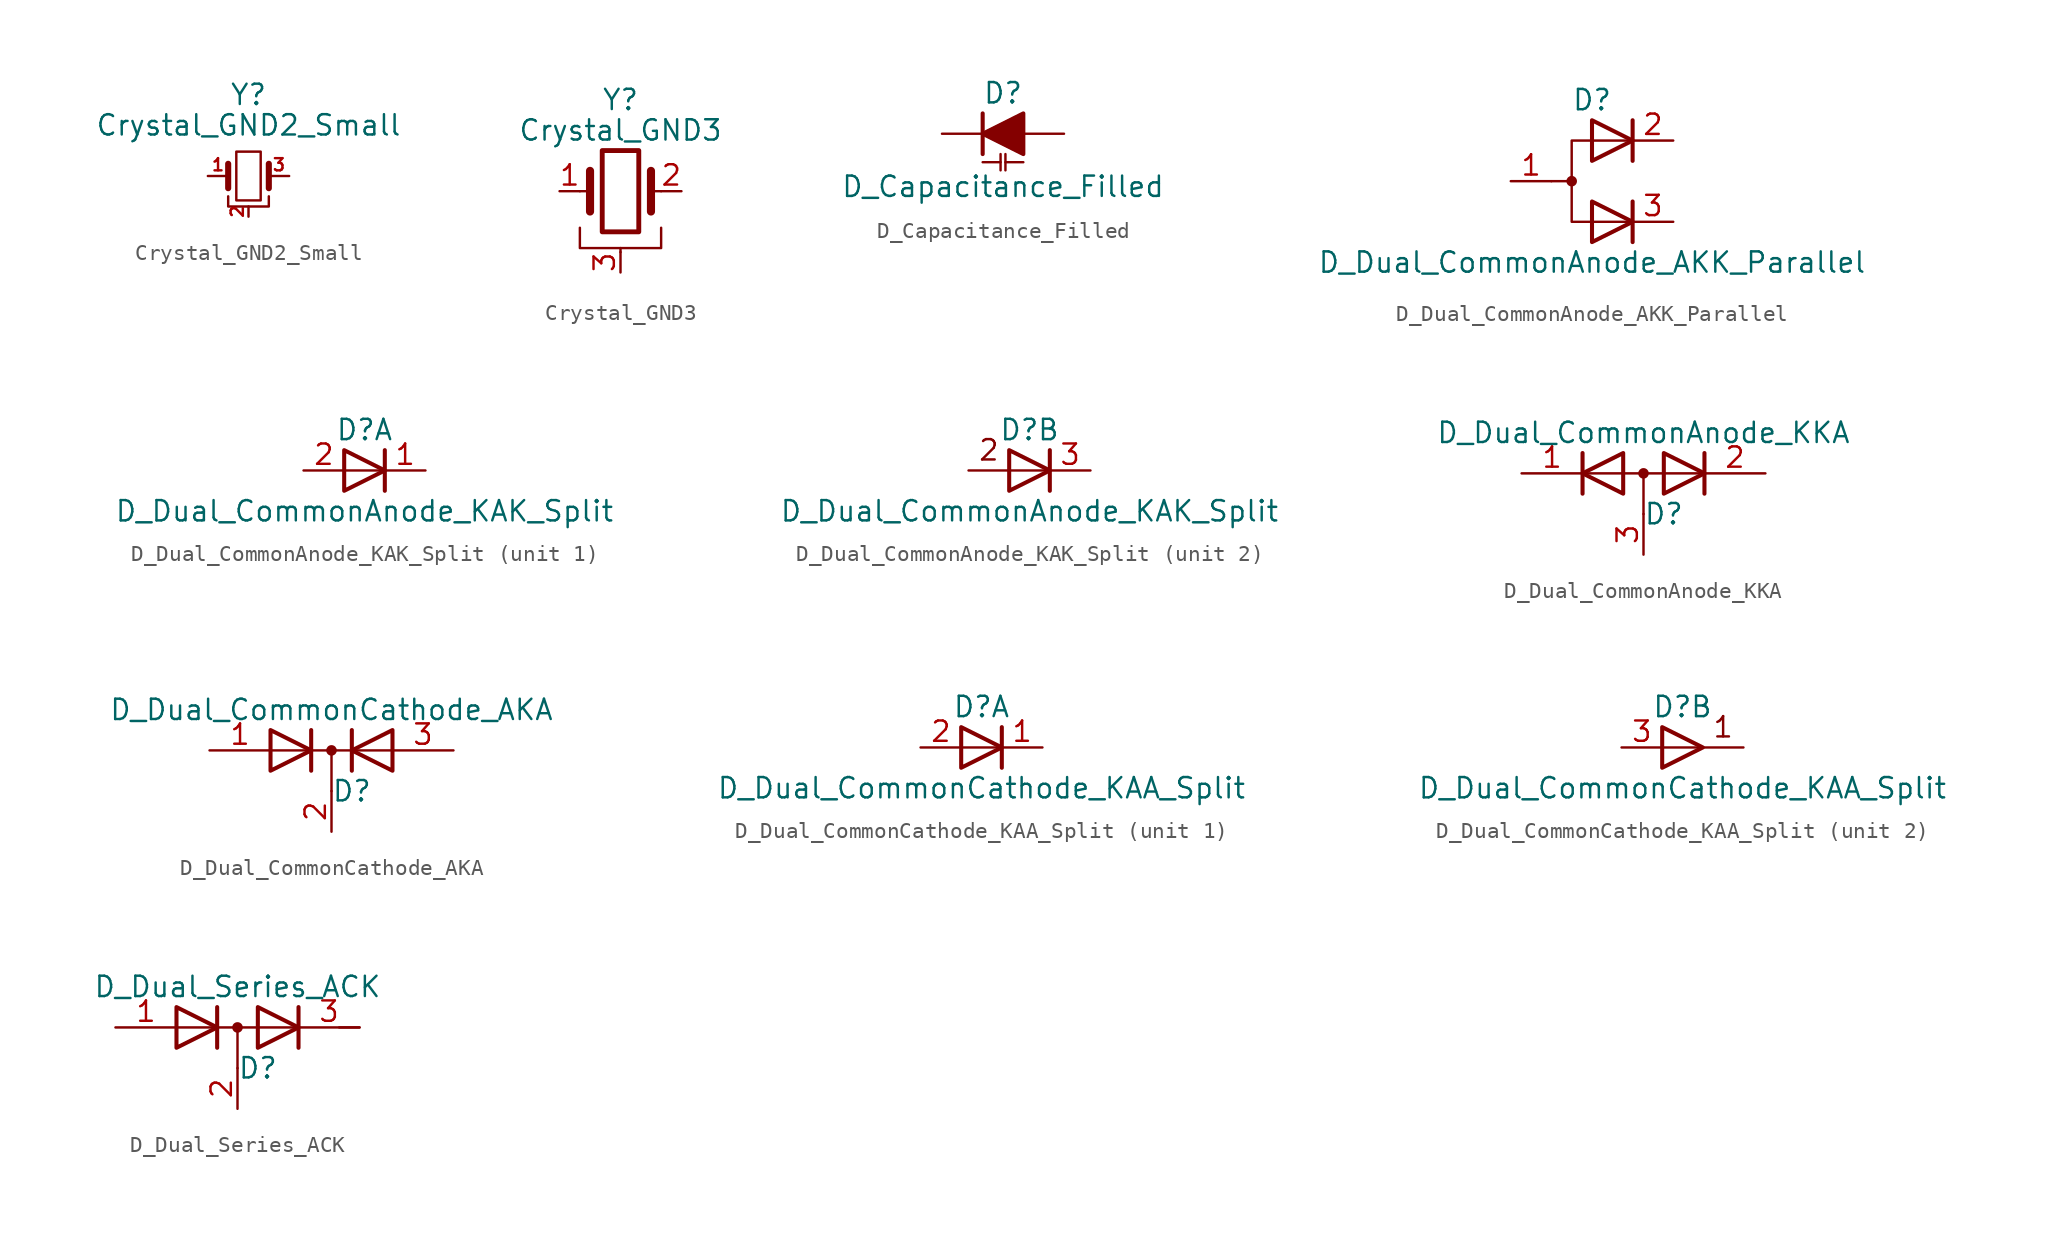
<source format=kicad_sym>
(kicad_symbol_lib
  (version 20220914)
  (generator kicad_symbol_editor)
  (symbol "Crystal_GND2_Small"
    (pin_names
      (offset 1.016) hide)
    (property "Reference" "Y"
      (at 0 5.08 0)
      (effects (font (size 1.27 1.27))))
    (property "Value" "Crystal_GND2_Small"
      (at 0 3.175 0)
      (effects (font (size 1.27 1.27))))
    (symbol "Crystal_GND2_Small_0_1"
      (rectangle (start -0.762 -1.524) (end 0.762 1.524) (stroke (width 0) (type default)) (fill (type none)))
      (polyline (pts (xy -1.27 -0.762) (xy -1.27 0.762)) (stroke (width 0.381) (type default)) (fill (type none)))
      (polyline (pts (xy 1.27 -0.762) (xy 1.27 0.762)) (stroke (width 0.381) (type default)) (fill (type none)))
      (polyline (pts (xy -1.27 -1.27) (xy -1.27 -1.905) (xy 1.27 -1.905) (xy 1.27 -1.27)) (stroke (width 0) (type default)) (fill (type none))))
    (symbol "Crystal_GND2_Small_1_1"
      (pin passive line (at -2.54 0 0) (length 1.27) (name "1" (effects (font (size 1.27 1.27)))) (number "1" (effects (font (size 0.762 0.762)))))
      (pin passive line (at 0 -2.54 90) (length 0.635) (name "2" (effects (font (size 1.27 1.27)))) (number "2" (effects (font (size 0.762 0.762)))))
      (pin passive line (at 2.54 0 180) (length 1.27) (name "3" (effects (font (size 1.27 1.27)))) (number "3" (effects (font (size 0.762 0.762)))))))
  (symbol "Crystal_GND3"
    (pin_names
      (offset 1.016) hide)
    (property "Reference" "Y"
      (at 0 5.715 0)
      (effects (font (size 1.27 1.27))))
    (property "Value" "Crystal_GND3"
      (at 0 3.81 0)
      (effects (font (size 1.27 1.27))))
    (symbol "Crystal_GND3_0_1"
      (rectangle (start -1.143 2.54) (end 1.143 -2.54) (stroke (width 0.305) (type default)) (fill (type none)))
      (polyline (pts (xy -2.54 0) (xy -1.905 0)) (stroke (width 0) (type default)) (fill (type none)))
      (polyline (pts (xy -1.905 -1.27) (xy -1.905 1.27)) (stroke (width 0.508) (type default)) (fill (type none)))
      (polyline (pts (xy 0 -3.81) (xy 0 -3.556)) (stroke (width 0) (type default)) (fill (type none)))
      (polyline (pts (xy 1.905 0) (xy 2.54 0)) (stroke (width 0) (type default)) (fill (type none)))
      (polyline (pts (xy 1.905 1.27) (xy 1.905 -1.27)) (stroke (width 0.508) (type default)) (fill (type none)))
      (polyline (pts (xy -2.54 -2.286) (xy -2.54 -3.556) (xy 2.54 -3.556) (xy 2.54 -2.286)) (stroke (width 0) (type default)) (fill (type none))))
    (symbol "Crystal_GND3_1_1"
      (pin passive line (at -3.81 0 0) (length 1.27) (name "1" (effects (font (size 1.27 1.27)))) (number "1" (effects (font (size 1.27 1.27)))))
      (pin passive line (at 3.81 0 180) (length 1.27) (name "2" (effects (font (size 1.27 1.27)))) (number "2" (effects (font (size 1.27 1.27)))))
      (pin passive line (at 0 -5.08 90) (length 1.27) (name "3" (effects (font (size 1.27 1.27)))) (number "3" (effects (font (size 1.27 1.27)))))))
  (symbol "D_Capacitance_Filled"
    (pin_numbers hide)
    (pin_names
      (offset 1.016) hide)
    (property "Reference" "D"
      (at 0 2.54 0)
      (effects (font (size 1.27 1.27))))
    (property "Value" "D_Capacitance_Filled"
      (at 0 -3.302 0)
      (effects (font (size 1.27 1.27))))
    (symbol "D_Capacitance_Filled_0_1"
      (polyline (pts (xy -1.27 -1.778) (xy -0.152 -1.778)) (stroke (width 0) (type default)) (fill (type none)))
      (polyline (pts (xy -1.27 0) (xy 1.27 0)) (stroke (width 0) (type default)) (fill (type none)))
      (polyline (pts (xy -1.27 1.27) (xy -1.27 -1.27)) (stroke (width 0.254) (type default)) (fill (type none)))
      (polyline (pts (xy -0.152 -1.27) (xy -0.152 -2.286)) (stroke (width 0) (type default)) (fill (type none)))
      (polyline (pts (xy 0.152 -1.778) (xy 1.27 -1.778)) (stroke (width 0) (type default)) (fill (type none)))
      (polyline (pts (xy 0.152 -1.27) (xy 0.152 -2.286)) (stroke (width 0) (type default)) (fill (type none)))
      (polyline (pts (xy 1.27 1.27) (xy 1.27 -1.27) (xy -1.27 0) (xy 1.27 1.27)) (stroke (width 0.254) (type default)) (fill (type outline))))
    (symbol "D_Capacitance_Filled_1_1"
      (pin passive line (at -3.81 0 0) (length 2.54) (name "K" (effects (font (size 1.27 1.27)))) (number "1" (effects (font (size 1.27 1.27)))))
      (pin passive line (at 3.81 0 180) (length 2.54) (name "A" (effects (font (size 1.27 1.27)))) (number "2" (effects (font (size 1.27 1.27)))))))
  (symbol "D_Dual_CommonAnode_AKK_Parallel"
    (pin_names
      (offset 0.762) hide)
    (property "Reference" "D"
      (at 0 5.08 0)
      (effects (font (size 1.27 1.27))))
    (property "Value" "D_Dual_CommonAnode_AKK_Parallel"
      (at 0 -5.08 0)
      (effects (font (size 1.27 1.27))))
    (symbol "D_Dual_CommonAnode_AKK_Parallel_0_0"
      (polyline (pts (xy 2.54 -1.27) (xy 2.54 -3.81)) (stroke (width 0.254) (type default)) (fill (type none)))
      (polyline (pts (xy 2.54 3.81) (xy 2.54 1.27)) (stroke (width 0.254) (type default)) (fill (type none))))
    (symbol "D_Dual_CommonAnode_AKK_Parallel_0_1"
      (circle (center -1.27 0) (radius 0.254) (stroke (width 0) (type default)) (fill (type outline)))
      (polyline (pts (xy -1.27 0) (xy -2.54 0)) (stroke (width 0) (type default)) (fill (type none)))
      (polyline (pts (xy 2.54 2.54) (xy -1.27 2.54) (xy -1.27 -2.54) (xy 2.54 -2.54)) (stroke (width 0) (type default)) (fill (type none)))
      (polyline (pts (xy 0 -1.27) (xy 2.54 -2.54) (xy 0 -3.81) (xy 0 -1.27) (xy 0 -1.27) (xy 0 -1.27)) (stroke (width 0.254) (type default)) (fill (type none)))
      (polyline (pts (xy 0 3.81) (xy 2.54 2.54) (xy 0 1.27) (xy 0 3.81) (xy 0 3.81) (xy 0 3.81)) (stroke (width 0.254) (type default)) (fill (type none)))
      (pin passive line (at -5.08 0 0) (length 2.54) (name "A" (effects (font (size 1.27 1.27)))) (number "1" (effects (font (size 1.27 1.27)))))
      (pin passive line (at 5.08 2.54 180) (length 2.54) (name "K" (effects (font (size 1.27 1.27)))) (number "2" (effects (font (size 1.27 1.27)))))
      (pin passive line (at 5.08 -2.54 180) (length 2.54) (name "K" (effects (font (size 1.27 1.27)))) (number "3" (effects (font (size 1.27 1.27)))))))
  (symbol "D_Dual_CommonAnode_KAK_Split"
    (pin_names
      (offset 0.762) hide)
    (property "Reference" "D"
      (at 0 2.54 0)
      (effects (font (size 1.27 1.27))))
    (property "Value" "D_Dual_CommonAnode_KAK_Split"
      (at 0 -2.54 0)
      (effects (font (size 1.27 1.27))))
    (property "ki_locked" ""
      (at 0 0 0)
      (effects (font (size 1.27 1.27))))
    (symbol "D_Dual_CommonAnode_KAK_Split_0_0"
      (polyline (pts (xy 1.27 1.27) (xy 1.27 -1.27)) (stroke (width 0.254) (type default)) (fill (type none))))
    (symbol "D_Dual_CommonAnode_KAK_Split_0_1"
      (polyline (pts (xy -1.27 1.27) (xy 1.27 0) (xy -1.27 -1.27) (xy -1.27 1.27) (xy -1.27 1.27) (xy -1.27 1.27)) (stroke (width 0.254) (type default)) (fill (type none))))
    (symbol "D_Dual_CommonAnode_KAK_Split_1_1"
      (polyline (pts (xy 1.27 0) (xy -1.27 0)) (stroke (width 0) (type default)) (fill (type none)))
      (pin passive line (at 3.81 0 180) (length 2.54) (name "K" (effects (font (size 1.27 1.27)))) (number "1" (effects (font (size 1.27 1.27)))))
      (pin passive line (at -3.81 0 0) (length 2.54) (name "A" (effects (font (size 1.27 1.27)))) (number "2" (effects (font (size 1.27 1.27))))))
    (symbol "D_Dual_CommonAnode_KAK_Split_2_0"
      (polyline (pts (xy 1.27 0) (xy -3.81 0)) (stroke (width 0) (type default)) (fill (type none)))
      (text "2" (at -2.54 1.27 0) (effects (font (size 1.27 1.27)))))
    (symbol "D_Dual_CommonAnode_KAK_Split_2_1"
      (pin passive line (at 3.81 0 180) (length 2.54) (name "K" (effects (font (size 1.27 1.27)))) (number "3" (effects (font (size 1.27 1.27)))))))
  (symbol "D_Dual_CommonAnode_KKA"
    (pin_names
      (offset 0.762) hide)
    (property "Reference" "D"
      (at 1.27 -2.54 0)
      (effects (font (size 1.27 1.27))))
    (property "Value" "D_Dual_CommonAnode_KKA"
      (at 0 2.54 0)
      (effects (font (size 1.27 1.27))))
    (symbol "D_Dual_CommonAnode_KKA_0_1"
      (polyline (pts (xy -3.81 0) (xy 3.81 0)) (stroke (width 0) (type default)) (fill (type none)))
      (polyline (pts (xy 0 0) (xy 0 -2.54)) (stroke (width 0) (type default)) (fill (type none)))
      (polyline (pts (xy -3.81 1.27) (xy -3.81 -1.27) (xy -3.81 -1.27)) (stroke (width 0.254) (type default)) (fill (type none)))
      (polyline (pts (xy 3.81 1.27) (xy 3.81 -1.27) (xy 3.81 -1.27)) (stroke (width 0.254) (type default)) (fill (type none)))
      (polyline (pts (xy -1.27 -1.27) (xy -3.81 0) (xy -1.27 1.27) (xy -1.27 -1.27) (xy -1.27 -1.27) (xy -1.27 -1.27)) (stroke (width 0.254) (type default)) (fill (type none)))
      (polyline (pts (xy 1.27 1.27) (xy 3.81 0) (xy 1.27 -1.27) (xy 1.27 1.27) (xy 1.27 1.27) (xy 1.27 1.27)) (stroke (width 0.254) (type default)) (fill (type none)))
      (circle (center 0 0) (radius 0.254) (stroke (width 0) (type default)) (fill (type outline)))
      (pin passive line (at -7.62 0 0) (length 3.81) (name "K" (effects (font (size 1.27 1.27)))) (number "1" (effects (font (size 1.27 1.27)))))
      (pin passive line (at 7.62 0 180) (length 3.81) (name "K" (effects (font (size 1.27 1.27)))) (number "2" (effects (font (size 1.27 1.27)))))
      (pin passive line (at 0 -5.08 90) (length 2.54) (name "A" (effects (font (size 1.27 1.27)))) (number "3" (effects (font (size 1.27 1.27)))))))
  (symbol "D_Dual_CommonCathode_AKA"
    (pin_names
      (offset 0.762) hide)
    (property "Reference" "D"
      (at 1.27 -2.54 0)
      (effects (font (size 1.27 1.27))))
    (property "Value" "D_Dual_CommonCathode_AKA"
      (at 0 2.54 0)
      (effects (font (size 1.27 1.27))))
    (symbol "D_Dual_CommonCathode_AKA_0_1"
      (polyline (pts (xy 0 0) (xy 0 -2.54)) (stroke (width 0) (type default)) (fill (type none)))
      (polyline (pts (xy 3.81 0) (xy -3.81 0)) (stroke (width 0) (type default)) (fill (type none)))
      (polyline (pts (xy -1.27 -1.27) (xy -1.27 1.27) (xy -1.27 1.27)) (stroke (width 0.254) (type default)) (fill (type none)))
      (polyline (pts (xy 1.27 -1.27) (xy 1.27 1.27) (xy 1.27 1.27)) (stroke (width 0.254) (type default)) (fill (type none)))
      (polyline (pts (xy -3.81 1.27) (xy -1.27 0) (xy -3.81 -1.27) (xy -3.81 1.27) (xy -3.81 1.27) (xy -3.81 1.27)) (stroke (width 0.254) (type default)) (fill (type none)))
      (polyline (pts (xy 3.81 -1.27) (xy 1.27 0) (xy 3.81 1.27) (xy 3.81 -1.27) (xy 3.81 -1.27) (xy 3.81 -1.27)) (stroke (width 0.254) (type default)) (fill (type none)))
      (circle (center 0 0) (radius 0.254) (stroke (width 0) (type default)) (fill (type outline)))
      (pin passive line (at -7.62 0 0) (length 3.81) (name "A" (effects (font (size 1.27 1.27)))) (number "1" (effects (font (size 1.27 1.27)))))
      (pin passive line (at 0 -5.08 90) (length 2.54) (name "K" (effects (font (size 1.27 1.27)))) (number "2" (effects (font (size 1.27 1.27)))))
      (pin passive line (at 7.62 0 180) (length 3.81) (name "A" (effects (font (size 1.27 1.27)))) (number "3" (effects (font (size 1.27 1.27)))))))
  (symbol "D_Dual_CommonCathode_KAA_Split"
    (pin_names
      (offset 0.762) hide)
    (property "Reference" "D"
      (at 0 2.54 0)
      (effects (font (size 1.27 1.27))))
    (property "Value" "D_Dual_CommonCathode_KAA_Split"
      (at 0 -2.54 0)
      (effects (font (size 1.27 1.27))))
    (property "ki_locked" ""
      (at 0 0 0)
      (effects (font (size 1.27 1.27))))
    (symbol "D_Dual_CommonCathode_KAA_Split_0_1"
      (polyline (pts (xy -1.27 1.27) (xy 1.27 0) (xy -1.27 -1.27) (xy -1.27 1.27) (xy -1.27 1.27) (xy -1.27 1.27)) (stroke (width 0.254) (type default)) (fill (type none))))
    (symbol "D_Dual_CommonCathode_KAA_Split_1_0"
      (polyline (pts (xy 1.27 1.27) (xy 1.27 -1.27)) (stroke (width 0.254) (type default)) (fill (type none))))
    (symbol "D_Dual_CommonCathode_KAA_Split_1_1"
      (polyline (pts (xy 1.27 0) (xy -1.27 0)) (stroke (width 0) (type default)) (fill (type none)))
      (pin passive line (at 3.81 0 180) (length 2.54) (name "K" (effects (font (size 1.27 1.27)))) (number "1" (effects (font (size 1.27 1.27)))))
      (pin passive line (at -3.81 0 0) (length 2.54) (name "A" (effects (font (size 1.27 1.27)))) (number "2" (effects (font (size 1.27 1.27))))))
    (symbol "D_Dual_CommonCathode_KAA_Split_2_0"
      (polyline (pts (xy 3.81 0) (xy -1.27 0)) (stroke (width 0) (type default)) (fill (type none)))
      (text "1" (at 2.54 1.27 0) (effects (font (size 1.27 1.27)))))
    (symbol "D_Dual_CommonCathode_KAA_Split_2_1"
      (pin passive line (at -3.81 0 0) (length 2.54) (name "K" (effects (font (size 1.27 1.27)))) (number "3" (effects (font (size 1.27 1.27)))))))
  (symbol "D_Dual_Series_ACK"
    (pin_names
      (offset 0.762) hide)
    (property "Reference" "D"
      (at 1.27 -2.54 0)
      (effects (font (size 1.27 1.27))))
    (property "Value" "D_Dual_Series_ACK"
      (at 0 2.54 0)
      (effects (font (size 1.27 1.27))))
    (symbol "D_Dual_Series_ACK_0_1"
      (polyline (pts (xy 0 0) (xy 0 -2.54)) (stroke (width 0) (type default)) (fill (type none)))
      (polyline (pts (xy 3.81 0) (xy -3.81 0)) (stroke (width 0) (type default)) (fill (type none)))
      (polyline (pts (xy 6.35 0) (xy 7.62 0)) (stroke (width 0) (type default)) (fill (type none)))
      (polyline (pts (xy -1.27 -1.27) (xy -1.27 1.27) (xy -1.27 1.27)) (stroke (width 0.254) (type default)) (fill (type none)))
      (polyline (pts (xy 3.81 1.27) (xy 3.81 -1.27) (xy 3.81 -1.27)) (stroke (width 0.254) (type default)) (fill (type none)))
      (polyline (pts (xy -3.81 1.27) (xy -1.27 0) (xy -3.81 -1.27) (xy -3.81 1.27) (xy -3.81 1.27) (xy -3.81 1.27)) (stroke (width 0.254) (type default)) (fill (type none)))
      (polyline (pts (xy 1.27 1.27) (xy 3.81 0) (xy 1.27 -1.27) (xy 1.27 1.27) (xy 1.27 1.27) (xy 1.27 1.27)) (stroke (width 0.254) (type default)) (fill (type none)))
      (circle (center 0 0) (radius 0.254) (stroke (width 0) (type default)) (fill (type outline)))
      (pin passive line (at -7.62 0 0) (length 3.81) (name "A" (effects (font (size 1.27 1.27)))) (number "1" (effects (font (size 1.27 1.27)))))
      (pin passive line (at 0 -5.08 90) (length 2.54) (name "common" (effects (font (size 1.27 1.27)))) (number "2" (effects (font (size 1.27 1.27)))))
      (pin passive line (at 7.62 0 180) (length 3.81) (name "K" (effects (font (size 1.27 1.27)))) (number "3" (effects (font (size 1.27 1.27))))))))
</source>
